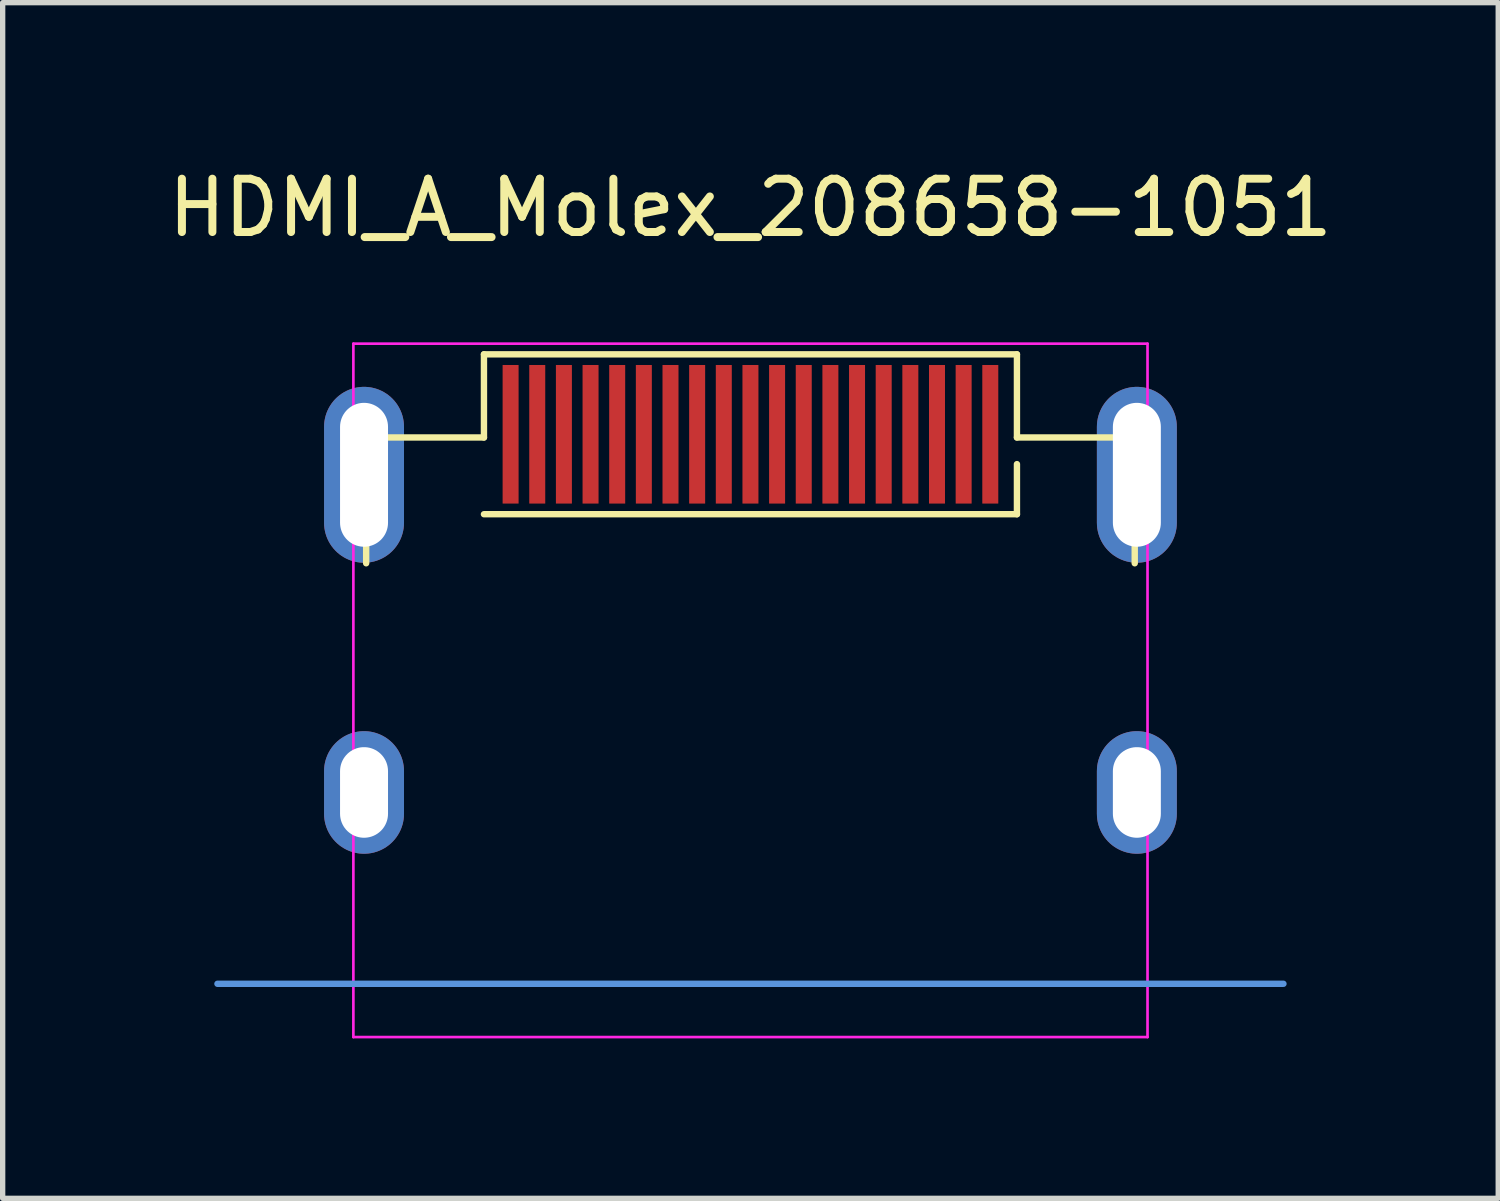
<source format=kicad_pcb>
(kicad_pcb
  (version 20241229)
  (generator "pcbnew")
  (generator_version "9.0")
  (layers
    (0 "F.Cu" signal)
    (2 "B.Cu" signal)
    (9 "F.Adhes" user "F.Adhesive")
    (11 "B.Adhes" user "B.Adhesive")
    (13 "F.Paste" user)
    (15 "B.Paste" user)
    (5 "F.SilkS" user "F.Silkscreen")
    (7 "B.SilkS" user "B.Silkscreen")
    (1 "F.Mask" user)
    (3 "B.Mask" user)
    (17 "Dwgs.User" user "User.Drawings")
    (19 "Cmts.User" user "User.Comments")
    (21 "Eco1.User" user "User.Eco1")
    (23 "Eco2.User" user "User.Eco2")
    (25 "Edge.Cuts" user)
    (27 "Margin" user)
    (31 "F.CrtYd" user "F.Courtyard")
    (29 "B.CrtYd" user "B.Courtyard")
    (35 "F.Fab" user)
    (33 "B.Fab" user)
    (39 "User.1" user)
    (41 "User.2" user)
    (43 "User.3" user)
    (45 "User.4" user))
  (footprint "HDMI_A_Molex_208658-1051"
    (layer "F.Cu")
    (at 11.03 5.098)
    (property "Reference" "HDMI_A_Molex_208658-1051" (at 0 -4.25 0) (layer "F.SilkS") (effects (font (size 1 1) (thickness 0.15))))
    (attr smd)
    (fp_line (start -7.21 0.06) (end -5 0.06) (stroke (width 0.12) (type solid)) (layer "F.SilkS"))
    (fp_line (start -7.21 2.42) (end -7.21 0.06) (stroke (width 0.12) (type solid)) (layer "F.SilkS"))
    (fp_line (start -5 -1.5) (end 5 -1.5) (stroke (width 0.12) (type solid)) (layer "F.SilkS"))
    (fp_line (start -5 0.06) (end -5 -1.5) (stroke (width 0.12) (type solid)) (layer "F.SilkS"))
    (fp_line (start -5 1.5) (end 5 1.5) (stroke (width 0.12) (type solid)) (layer "F.SilkS"))
    (fp_line (start 5 0.06) (end 5 -1.5) (stroke (width 0.12) (type solid)) (layer "F.SilkS"))
    (fp_line (start 5 0.56) (end 5 1.5) (stroke (width 0.12) (type solid)) (layer "F.SilkS"))
    (fp_line (start 7.21 0.06) (end 5 0.06) (stroke (width 0.12) (type solid)) (layer "F.SilkS"))
    (fp_line (start 7.21 2.42) (end 7.21 0.06) (stroke (width 0.12) (type solid)) (layer "F.SilkS"))
    (fp_line (start 10 10.31) (end -10 10.31) (stroke (width 0.12) (type solid)) (layer "Cmts.User"))
    (fp_line (start -7.45 -1.7) (end -7.45 11.31) (stroke (width 0.05) (type solid)) (layer "F.CrtYd"))
    (fp_line (start -7.45 -1.7) (end 7.45 -1.7) (stroke (width 0.05) (type solid)) (layer "F.CrtYd"))
    (fp_line (start -7.45 11.31) (end 7.45 11.31) (stroke (width 0.05) (type solid)) (layer "F.CrtYd"))
    (fp_line (start 7.45 -1.7) (end 7.45 11.31) (stroke (width 0.05) (type solid)) (layer "F.CrtYd"))
    (pad "1" smd rect (at 4.5 0) (size 0.3 2.6) (layers "F.Cu" "F.Mask" "F.Paste"))
    (pad "2" smd rect (at 4 0) (size 0.3 2.6) (layers "F.Cu" "F.Mask" "F.Paste"))
    (pad "3" smd rect (at 3.5 0) (size 0.3 2.6) (layers "F.Cu" "F.Mask" "F.Paste"))
    (pad "4" smd rect (at 3 0) (size 0.3 2.6) (layers "F.Cu" "F.Mask" "F.Paste"))
    (pad "5" smd rect (at 2.5 0) (size 0.3 2.6) (layers "F.Cu" "F.Mask" "F.Paste"))
    (pad "6" smd rect (at 2 0) (size 0.3 2.6) (layers "F.Cu" "F.Mask" "F.Paste"))
    (pad "7" smd rect (at 1.5 0) (size 0.3 2.6) (layers "F.Cu" "F.Mask" "F.Paste"))
    (pad "8" smd rect (at 1 0) (size 0.3 2.6) (layers "F.Cu" "F.Mask" "F.Paste"))
    (pad "9" smd rect (at 0.5 0) (size 0.3 2.6) (layers "F.Cu" "F.Mask" "F.Paste"))
    (pad "10" smd rect (at 0 0) (size 0.3 2.6) (layers "F.Cu" "F.Mask" "F.Paste"))
    (pad "11" smd rect (at -0.5 0) (size 0.3 2.6) (layers "F.Cu" "F.Mask" "F.Paste"))
    (pad "12" smd rect (at -1 0) (size 0.3 2.6) (layers "F.Cu" "F.Mask" "F.Paste"))
    (pad "13" smd rect (at -1.5 0) (size 0.3 2.6) (layers "F.Cu" "F.Mask" "F.Paste"))
    (pad "14" smd rect (at -2 0) (size 0.3 2.6) (layers "F.Cu" "F.Mask" "F.Paste"))
    (pad "15" smd rect (at -2.5 0) (size 0.3 2.6) (layers "F.Cu" "F.Mask" "F.Paste"))
    (pad "16" smd rect (at -3 0) (size 0.3 2.6) (layers "F.Cu" "F.Mask" "F.Paste"))
    (pad "17" smd rect (at -3.5 0) (size 0.3 2.6) (layers "F.Cu" "F.Mask" "F.Paste"))
    (pad "18" smd rect (at -4 0) (size 0.3 2.6) (layers "F.Cu" "F.Mask" "F.Paste"))
    (pad "19" smd rect (at -4.5 0) (size 0.3 2.6) (layers "F.Cu" "F.Mask" "F.Paste"))
    (pad "SH" thru_hole oval (at -7.25 0.76) (size 1.5 3.3) (drill oval 0.9 2.7) (layers "*.Cu" "*.Mask"))
    (pad "SH" thru_hole oval (at -7.25 6.72) (size 1.5 2.3) (drill oval 0.9 1.7) (layers "*.Cu" "*.Mask"))
    (pad "SH" thru_hole oval (at 7.25 0.76 180) (size 1.5 3.3) (drill oval 0.9 2.7) (layers "*.Cu" "*.Mask"))
    (pad "SH" thru_hole oval (at 7.25 6.72 180) (size 1.5 2.3) (drill oval 0.9 1.7) (layers "*.Cu" "*.Mask")))
  (gr_rect
    (start -3 -3)
    (end 25.06 19.433)
    (stroke (width 0.1) (type default))
    (fill no)
    (layer "Edge.Cuts")))
</source>
